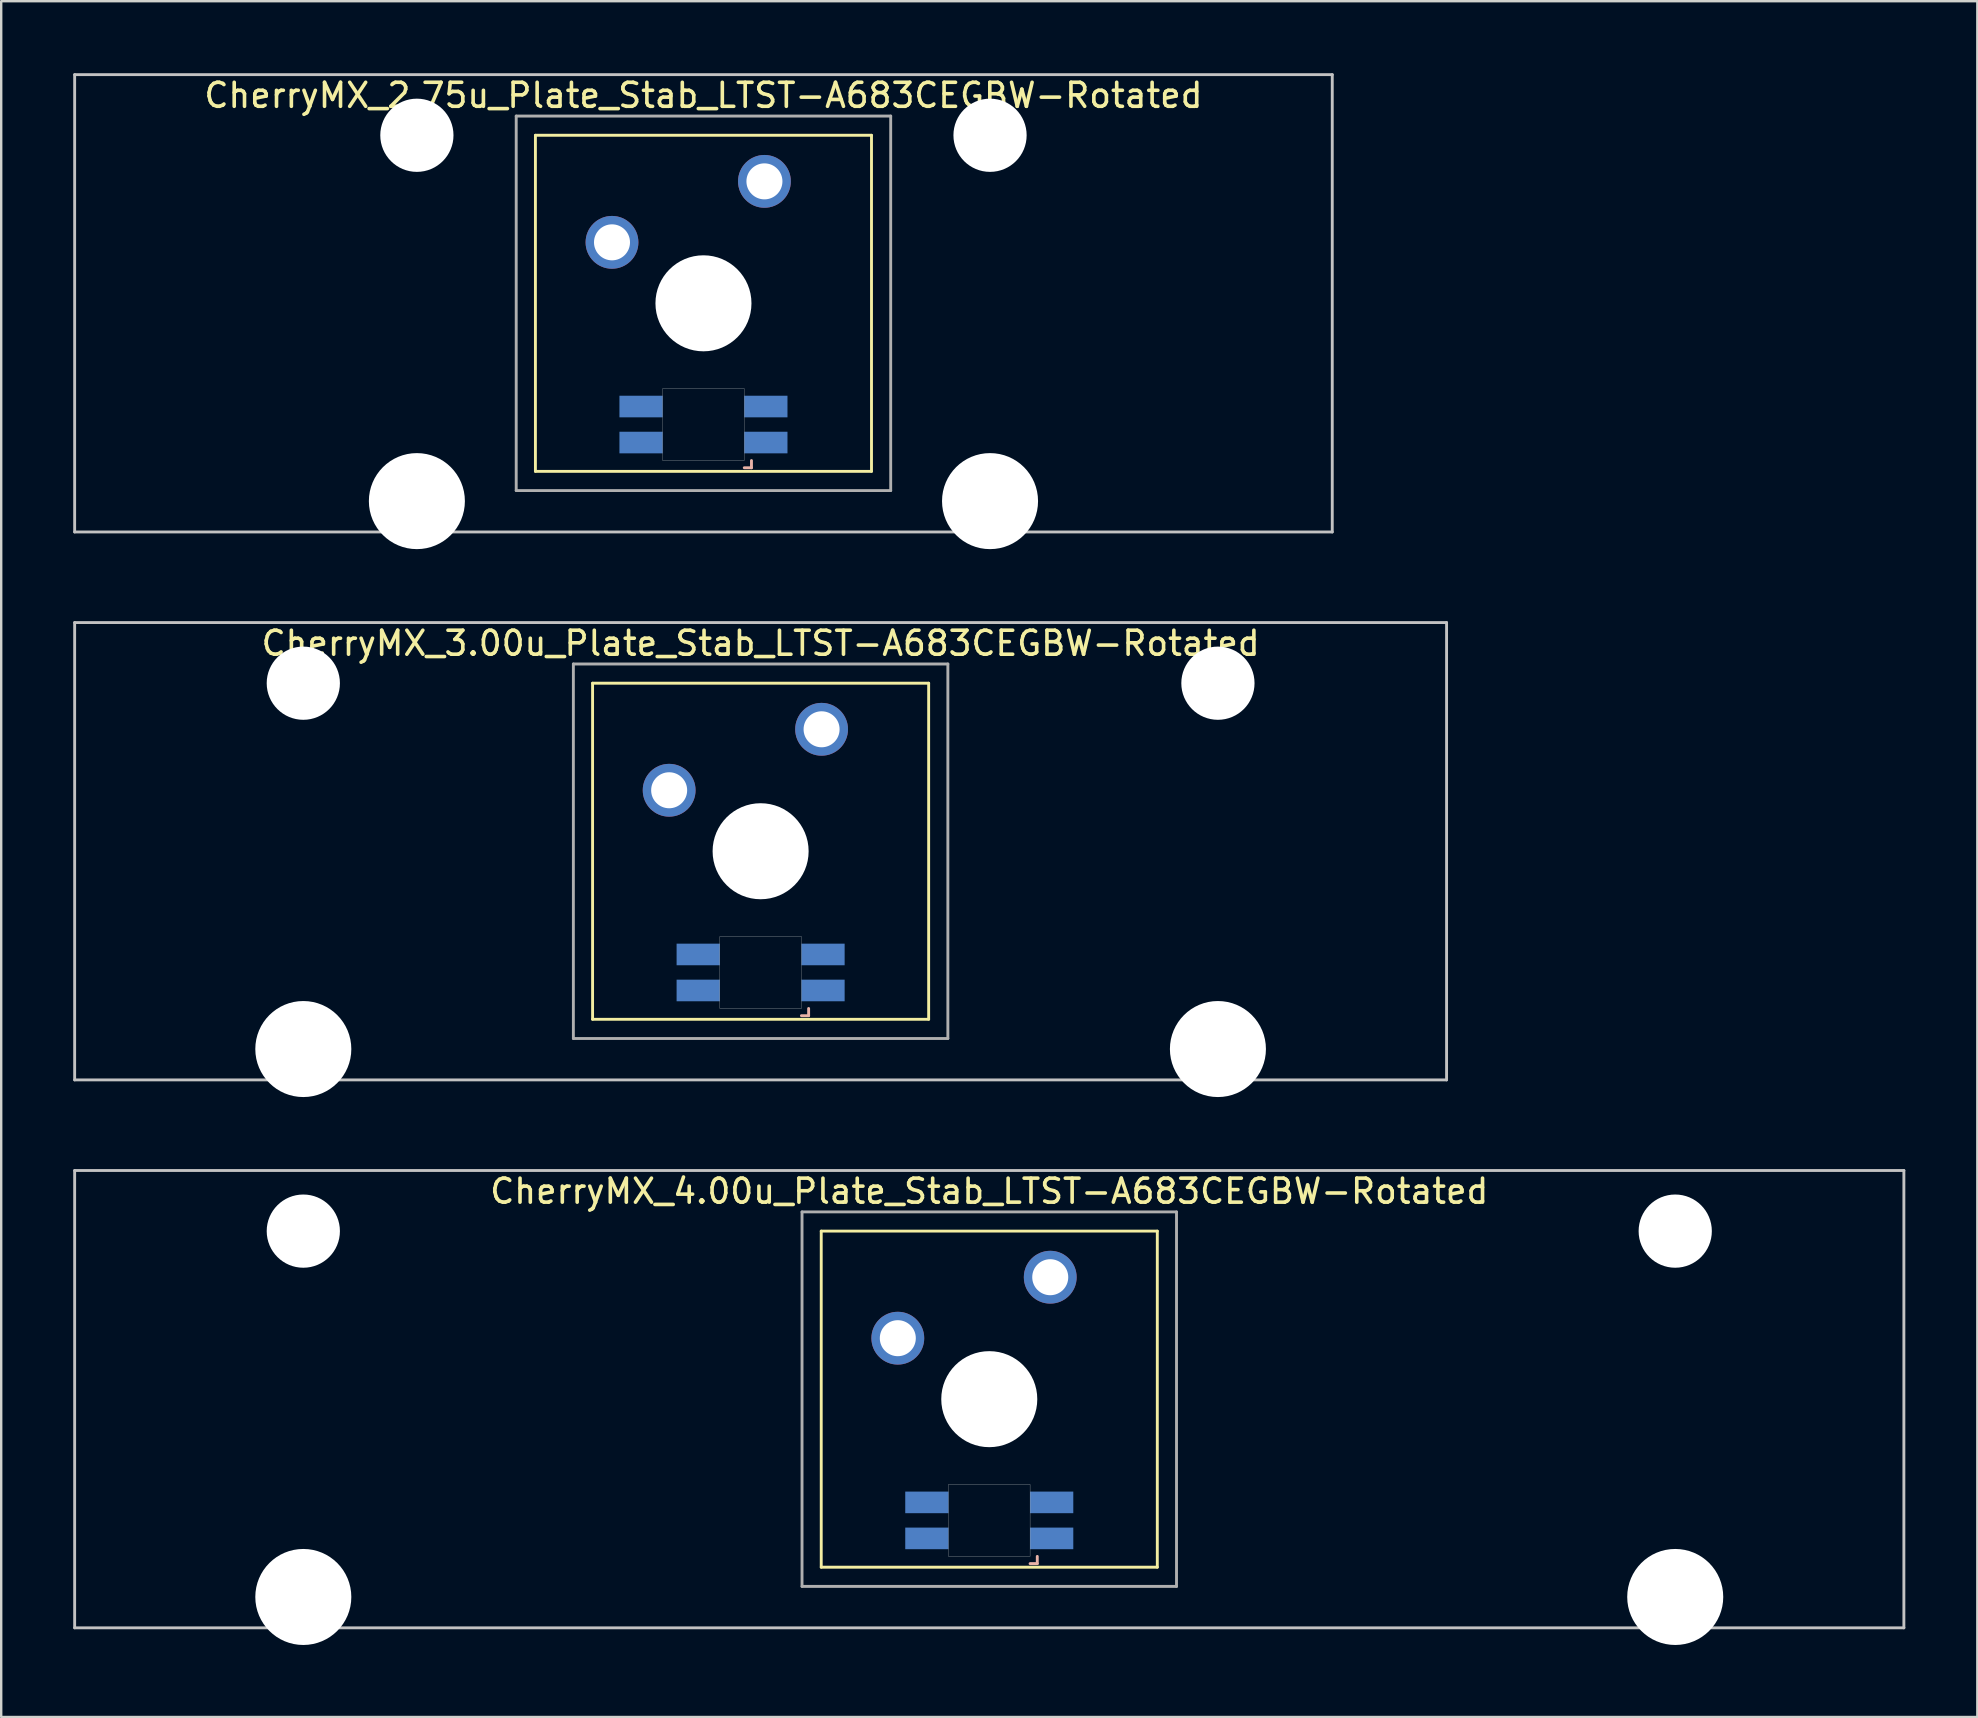
<source format=kicad_pcb>
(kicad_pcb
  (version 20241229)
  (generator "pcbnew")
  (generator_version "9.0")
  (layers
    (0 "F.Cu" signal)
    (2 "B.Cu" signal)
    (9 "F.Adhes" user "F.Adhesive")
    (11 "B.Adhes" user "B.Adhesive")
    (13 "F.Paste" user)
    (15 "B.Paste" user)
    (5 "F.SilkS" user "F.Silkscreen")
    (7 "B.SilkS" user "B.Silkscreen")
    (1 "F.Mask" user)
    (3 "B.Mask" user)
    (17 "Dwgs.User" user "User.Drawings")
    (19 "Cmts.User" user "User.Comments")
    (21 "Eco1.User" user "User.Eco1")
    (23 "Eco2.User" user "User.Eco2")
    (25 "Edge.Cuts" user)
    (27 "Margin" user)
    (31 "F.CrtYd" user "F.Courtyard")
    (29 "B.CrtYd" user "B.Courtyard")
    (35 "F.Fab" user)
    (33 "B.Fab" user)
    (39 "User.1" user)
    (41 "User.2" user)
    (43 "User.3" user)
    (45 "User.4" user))
  (footprint "CherryMX_3.00u_Plate_Stab_LTST-A683CEGBW-Rotated"
    (layer "F.Cu")
    (at 28.635 32.41)
    (property "Reference" "CherryMX_3.00u_Plate_Stab_LTST-A683CEGBW-Rotated" (at 0 -8.662 0) (layer "F.SilkS") (effects (font (size 1 1) (thickness 0.15))))
    (attr through_hole)
    (fp_line (start -7 -7) (end -7 7) (stroke (width 0.12) (type solid)) (layer "F.SilkS"))
    (fp_line (start -7 -7) (end 7 -7) (stroke (width 0.12) (type solid)) (layer "F.SilkS"))
    (fp_line (start 7 -7) (end 7 7) (stroke (width 0.12) (type solid)) (layer "F.SilkS"))
    (fp_line (start 7 7) (end -7 7) (stroke (width 0.12) (type solid)) (layer "F.SilkS"))
    (fp_line (start 1.7 6.85) (end 2 6.85) (stroke (width 0.12) (type solid)) (layer "B.SilkS"))
    (fp_line (start 2 6.85) (end 2 6.55) (stroke (width 0.12) (type solid)) (layer "B.SilkS"))
    (fp_line (start -28.575 -9.525) (end 28.575 -9.525) (stroke (width 0.12) (type solid)) (layer "Dwgs.User"))
    (fp_line (start -28.575 9.525) (end -28.575 -9.525) (stroke (width 0.12) (type solid)) (layer "Dwgs.User"))
    (fp_line (start 28.575 -9.525) (end 28.575 9.525) (stroke (width 0.12) (type solid)) (layer "Dwgs.User"))
    (fp_line (start 28.575 9.525) (end -28.575 9.525) (stroke (width 0.12) (type solid)) (layer "Dwgs.User"))
    (fp_poly (pts (xy -1.7 3.55) (xy 1.7 3.55) (xy 1.7 6.55) (xy -1.7 6.55)) (stroke (width 0.01) (type solid)) (fill no) (layer "Edge.Cuts"))
    (fp_line (start -7.8 -7.8) (end -7.8 7.8) (stroke (width 0.12) (type solid)) (layer "F.Fab"))
    (fp_line (start -7.8 -7.8) (end 7.8 -7.8) (stroke (width 0.12) (type solid)) (layer "F.Fab"))
    (fp_line (start -7.8 7.8) (end 7.8 7.8) (stroke (width 0.12) (type solid)) (layer "F.Fab"))
    (fp_line (start 7.8 -7.8) (end 7.8 7.8) (stroke (width 0.12) (type solid)) (layer "F.Fab"))
    (pad "" np_thru_hole circle (at -19.05 -7) (size 3.05 3.05) (drill 3.05) (layers "*.Cu" "*.Mask"))
    (pad "" np_thru_hole circle (at -19.05 8.24) (size 4 4) (drill 4) (layers "*.Cu" "*.Mask"))
    (pad "" np_thru_hole circle (at 0 0) (size 4 4) (drill 4) (layers "*.Cu" "*.Mask"))
    (pad "" np_thru_hole circle (at 19.05 -7) (size 3.05 3.05) (drill 3.05) (layers "*.Cu" "*.Mask"))
    (pad "" np_thru_hole circle (at 19.05 8.24) (size 4 4) (drill 4) (layers "*.Cu" "*.Mask"))
    (pad "1" thru_hole circle (at -3.81 -2.54) (size 2.2 2.2) (drill 1.5) (layers "*.Cu" "*.Mask"))
    (pad "2" thru_hole circle (at 2.54 -5.08) (size 2.2 2.2) (drill 1.5) (layers "*.Cu" "*.Mask"))
    (pad "3" smd rect (at 2.6 5.8 180) (size 1.8 0.9) (layers "B.Cu" "B.Mask" "B.Paste"))
    (pad "4" smd rect (at 2.6 4.3 180) (size 1.8 0.9) (layers "B.Cu" "B.Mask" "B.Paste"))
    (pad "5" smd rect (at -2.6 5.8 180) (size 1.8 0.9) (layers "B.Cu" "B.Mask" "B.Paste"))
    (pad "6" smd rect (at -2.6 4.3 180) (size 1.8 0.9) (layers "B.Cu" "B.Mask" "B.Paste")))
  (footprint "CherryMX_4.00u_Plate_Stab_LTST-A683CEGBW-Rotated"
    (layer "F.Cu")
    (at 38.16 55.235)
    (property "Reference" "CherryMX_4.00u_Plate_Stab_LTST-A683CEGBW-Rotated" (at 0 -8.662 0) (layer "F.SilkS") (effects (font (size 1 1) (thickness 0.15))))
    (attr through_hole)
    (fp_line (start -7 -7) (end -7 7) (stroke (width 0.12) (type solid)) (layer "F.SilkS"))
    (fp_line (start -7 -7) (end 7 -7) (stroke (width 0.12) (type solid)) (layer "F.SilkS"))
    (fp_line (start 7 -7) (end 7 7) (stroke (width 0.12) (type solid)) (layer "F.SilkS"))
    (fp_line (start 7 7) (end -7 7) (stroke (width 0.12) (type solid)) (layer "F.SilkS"))
    (fp_line (start 1.7 6.85) (end 2 6.85) (stroke (width 0.12) (type solid)) (layer "B.SilkS"))
    (fp_line (start 2 6.85) (end 2 6.55) (stroke (width 0.12) (type solid)) (layer "B.SilkS"))
    (fp_line (start -38.1 -9.525) (end 38.1 -9.525) (stroke (width 0.12) (type solid)) (layer "Dwgs.User"))
    (fp_line (start -38.1 9.525) (end -38.1 -9.525) (stroke (width 0.12) (type solid)) (layer "Dwgs.User"))
    (fp_line (start 38.1 -9.525) (end 38.1 9.525) (stroke (width 0.12) (type solid)) (layer "Dwgs.User"))
    (fp_line (start 38.1 9.525) (end -38.1 9.525) (stroke (width 0.12) (type solid)) (layer "Dwgs.User"))
    (fp_poly (pts (xy -1.7 3.55) (xy 1.7 3.55) (xy 1.7 6.55) (xy -1.7 6.55)) (stroke (width 0.01) (type solid)) (fill no) (layer "Edge.Cuts"))
    (fp_line (start -7.8 -7.8) (end -7.8 7.8) (stroke (width 0.12) (type solid)) (layer "F.Fab"))
    (fp_line (start -7.8 -7.8) (end 7.8 -7.8) (stroke (width 0.12) (type solid)) (layer "F.Fab"))
    (fp_line (start -7.8 7.8) (end 7.8 7.8) (stroke (width 0.12) (type solid)) (layer "F.Fab"))
    (fp_line (start 7.8 -7.8) (end 7.8 7.8) (stroke (width 0.12) (type solid)) (layer "F.Fab"))
    (pad "" np_thru_hole circle (at -28.575 -7) (size 3.05 3.05) (drill 3.05) (layers "*.Cu" "*.Mask"))
    (pad "" np_thru_hole circle (at -28.575 8.24) (size 4 4) (drill 4) (layers "*.Cu" "*.Mask"))
    (pad "" np_thru_hole circle (at 0 0) (size 4 4) (drill 4) (layers "*.Cu" "*.Mask"))
    (pad "" np_thru_hole circle (at 28.575 -7) (size 3.05 3.05) (drill 3.05) (layers "*.Cu" "*.Mask"))
    (pad "" np_thru_hole circle (at 28.575 8.24) (size 4 4) (drill 4) (layers "*.Cu" "*.Mask"))
    (pad "1" thru_hole circle (at -3.81 -2.54) (size 2.2 2.2) (drill 1.5) (layers "*.Cu" "*.Mask"))
    (pad "2" thru_hole circle (at 2.54 -5.08) (size 2.2 2.2) (drill 1.5) (layers "*.Cu" "*.Mask"))
    (pad "3" smd rect (at 2.6 5.8 180) (size 1.8 0.9) (layers "B.Cu" "B.Mask" "B.Paste"))
    (pad "4" smd rect (at 2.6 4.3 180) (size 1.8 0.9) (layers "B.Cu" "B.Mask" "B.Paste"))
    (pad "5" smd rect (at -2.6 5.8 180) (size 1.8 0.9) (layers "B.Cu" "B.Mask" "B.Paste"))
    (pad "6" smd rect (at -2.6 4.3 180) (size 1.8 0.9) (layers "B.Cu" "B.Mask" "B.Paste")))
  (footprint "CherryMX_2.75u_Plate_Stab_LTST-A683CEGBW-Rotated"
    (layer "F.Cu")
    (at 26.254 9.585)
    (property "Reference" "CherryMX_2.75u_Plate_Stab_LTST-A683CEGBW-Rotated" (at 0 -8.662 0) (layer "F.SilkS") (effects (font (size 1 1) (thickness 0.15))))
    (attr through_hole)
    (fp_line (start -7 -7) (end -7 7) (stroke (width 0.12) (type solid)) (layer "F.SilkS"))
    (fp_line (start -7 -7) (end 7 -7) (stroke (width 0.12) (type solid)) (layer "F.SilkS"))
    (fp_line (start 7 -7) (end 7 7) (stroke (width 0.12) (type solid)) (layer "F.SilkS"))
    (fp_line (start 7 7) (end -7 7) (stroke (width 0.12) (type solid)) (layer "F.SilkS"))
    (fp_line (start 1.7 6.85) (end 2 6.85) (stroke (width 0.12) (type solid)) (layer "B.SilkS"))
    (fp_line (start 2 6.85) (end 2 6.55) (stroke (width 0.12) (type solid)) (layer "B.SilkS"))
    (fp_line (start -26.194 -9.525) (end 26.194 -9.525) (stroke (width 0.12) (type solid)) (layer "Dwgs.User"))
    (fp_line (start -26.194 9.525) (end -26.194 -9.525) (stroke (width 0.12) (type solid)) (layer "Dwgs.User"))
    (fp_line (start 26.194 -9.525) (end 26.194 9.525) (stroke (width 0.12) (type solid)) (layer "Dwgs.User"))
    (fp_line (start 26.194 9.525) (end -26.194 9.525) (stroke (width 0.12) (type solid)) (layer "Dwgs.User"))
    (fp_poly (pts (xy -1.7 3.55) (xy 1.7 3.55) (xy 1.7 6.55) (xy -1.7 6.55)) (stroke (width 0.01) (type solid)) (fill no) (layer "Edge.Cuts"))
    (fp_line (start -7.8 -7.8) (end -7.8 7.8) (stroke (width 0.12) (type solid)) (layer "F.Fab"))
    (fp_line (start -7.8 -7.8) (end 7.8 -7.8) (stroke (width 0.12) (type solid)) (layer "F.Fab"))
    (fp_line (start -7.8 7.8) (end 7.8 7.8) (stroke (width 0.12) (type solid)) (layer "F.Fab"))
    (fp_line (start 7.8 -7.8) (end 7.8 7.8) (stroke (width 0.12) (type solid)) (layer "F.Fab"))
    (pad "" np_thru_hole circle (at -11.938 -7) (size 3.05 3.05) (drill 3.05) (layers "*.Cu" "*.Mask"))
    (pad "" np_thru_hole circle (at -11.938 8.24) (size 4 4) (drill 4) (layers "*.Cu" "*.Mask"))
    (pad "" np_thru_hole circle (at 0 0) (size 4 4) (drill 4) (layers "*.Cu" "*.Mask"))
    (pad "" np_thru_hole circle (at 11.938 -7) (size 3.05 3.05) (drill 3.05) (layers "*.Cu" "*.Mask"))
    (pad "" np_thru_hole circle (at 11.938 8.24) (size 4 4) (drill 4) (layers "*.Cu" "*.Mask"))
    (pad "1" thru_hole circle (at -3.81 -2.54) (size 2.2 2.2) (drill 1.5) (layers "*.Cu" "*.Mask"))
    (pad "2" thru_hole circle (at 2.54 -5.08) (size 2.2 2.2) (drill 1.5) (layers "*.Cu" "*.Mask"))
    (pad "3" smd rect (at 2.6 5.8 180) (size 1.8 0.9) (layers "B.Cu" "B.Mask" "B.Paste"))
    (pad "4" smd rect (at 2.6 4.3 180) (size 1.8 0.9) (layers "B.Cu" "B.Mask" "B.Paste"))
    (pad "5" smd rect (at -2.6 5.8 180) (size 1.8 0.9) (layers "B.Cu" "B.Mask" "B.Paste"))
    (pad "6" smd rect (at -2.6 4.3 180) (size 1.8 0.9) (layers "B.Cu" "B.Mask" "B.Paste")))
  (gr_rect
    (start -3 -3)
    (end 79.32 68.475)
    (stroke (width 0.1) (type default))
    (fill no)
    (layer "Edge.Cuts")))
</source>
